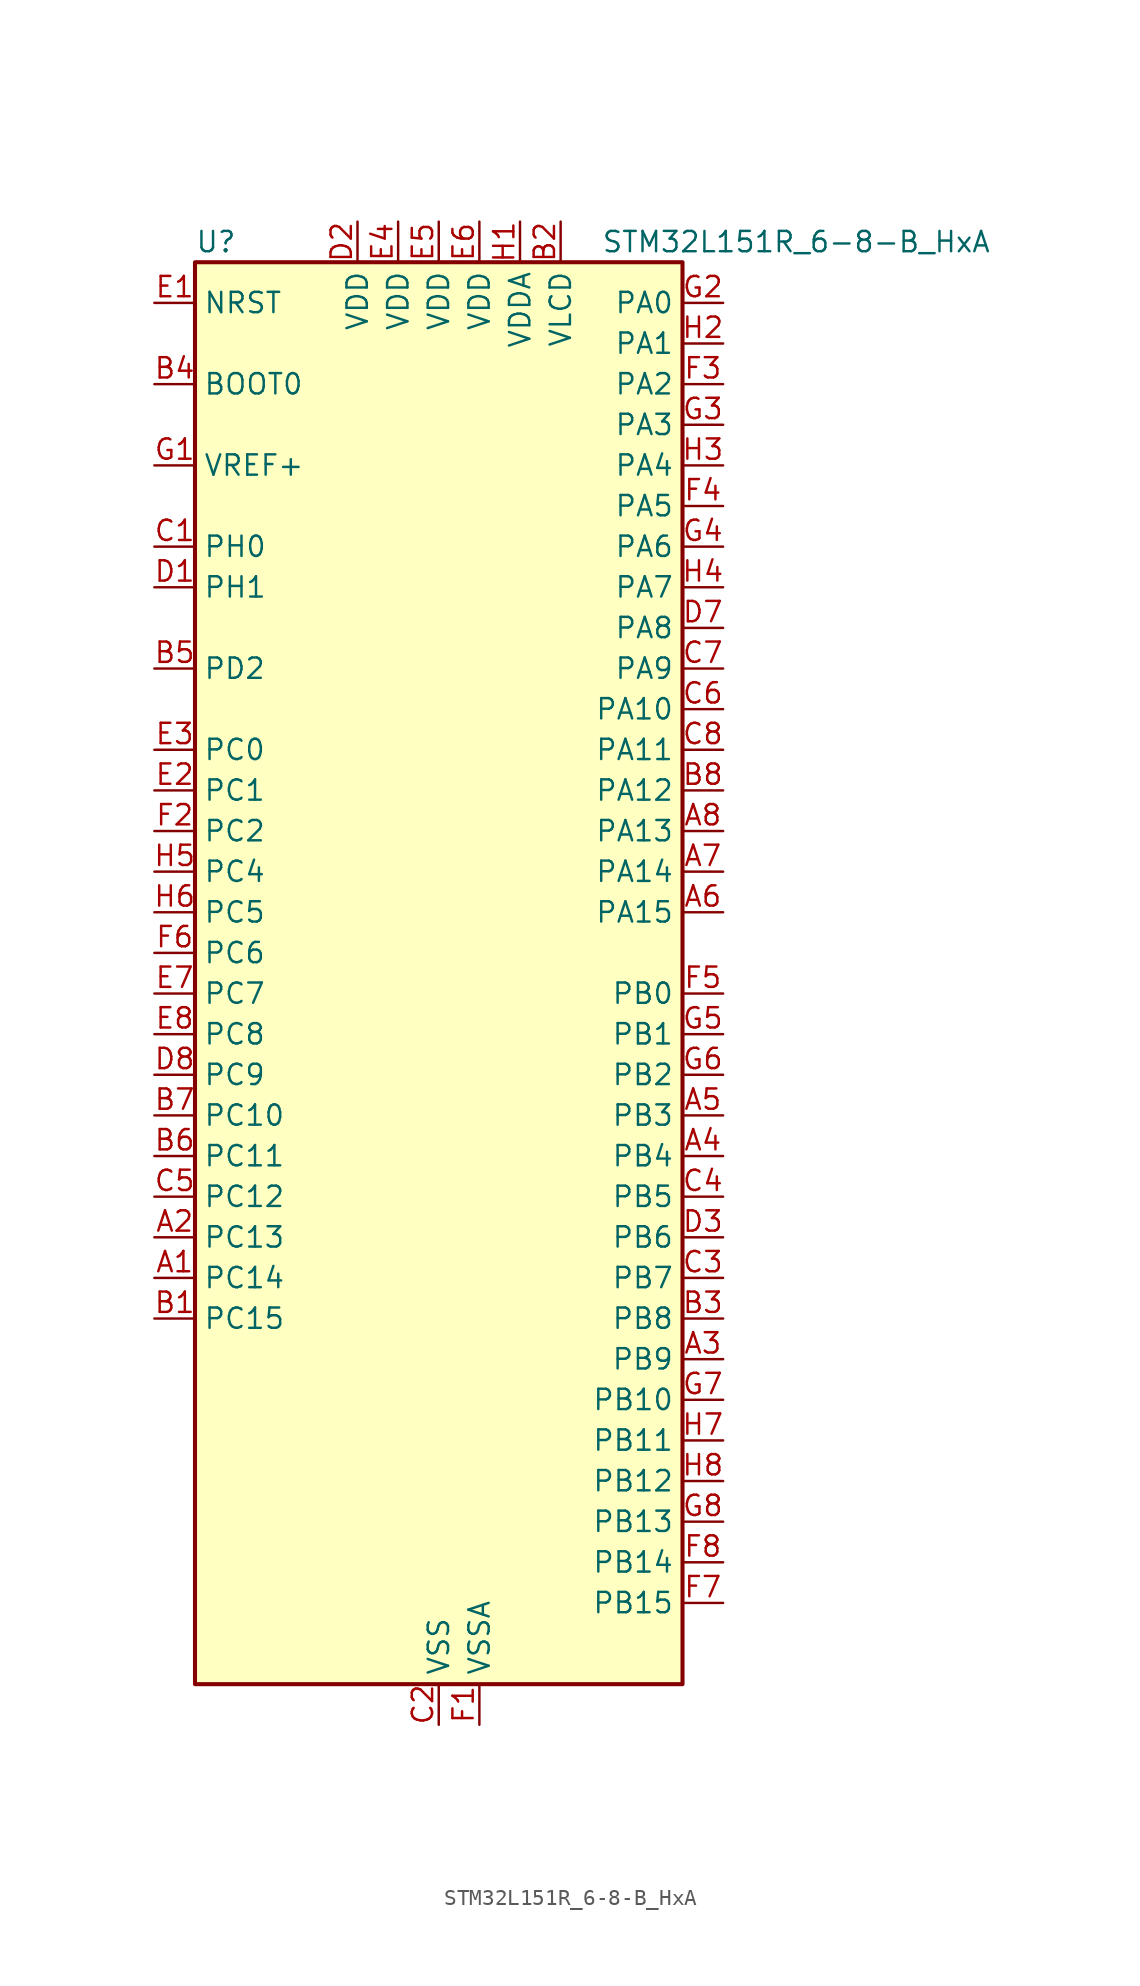
<source format=kicad_sym>
(kicad_symbol_lib
  (version 20231120)
  (generator "kicad_symbol_editor")
  (generator_version "8.0")
  (symbol "STM32L151R_6-8-B_HxA"
    (property "Reference" "U"
      (at -15.24 46.99 0)
      (effects (font (size 1.27 1.27)) (justify left)))
    (property "Value" "STM32L151R_6-8-B_HxA"
      (at 10.16 46.99 0)
      (effects (font (size 1.27 1.27)) (justify left)))
    (property "ki_locked" ""
      (at 0 0 0)
      (effects (font (size 1.27 1.27))))
    (symbol "STM32L151R_6-8-B_HxA_0_1"
      (rectangle (start -15.24 -43.18) (end 15.24 45.72) (stroke (width 0.254) (type default)) (fill (type background))))
    (symbol "STM32L151R_6-8-B_HxA_1_1"
      (pin bidirectional line (at -17.78 -17.78 0) (length 2.54) (name "PC14" (effects (font (size 1.27 1.27)))) (number "A1" (effects (font (size 1.27 1.27)))) (alternate "RCC_OSC32_IN" bidirectional line) (alternate "TIMX_IC3" bidirectional line))
      (pin bidirectional line (at -17.78 -15.24 0) (length 2.54) (name "PC13" (effects (font (size 1.27 1.27)))) (number "A2" (effects (font (size 1.27 1.27)))) (alternate "RTC_OUT_ALARM" bidirectional line) (alternate "RTC_OUT_CALIB" bidirectional line) (alternate "RTC_TAMP1" bidirectional line) (alternate "RTC_TS" bidirectional line) (alternate "SYS_WKUP2" bidirectional line) (alternate "TIMX_IC2" bidirectional line))
      (pin bidirectional line (at 17.78 -22.86 180) (length 2.54) (name "PB9" (effects (font (size 1.27 1.27)))) (number "A3" (effects (font (size 1.27 1.27)))) (alternate "DAC_EXTI9" bidirectional line) (alternate "I2C1_SDA" bidirectional line) (alternate "TIM11_CH1" bidirectional line) (alternate "TIM4_CH4" bidirectional line))
      (pin bidirectional line (at 17.78 -10.16 180) (length 2.54) (name "PB4" (effects (font (size 1.27 1.27)))) (number "A4" (effects (font (size 1.27 1.27)))) (alternate "COMP2_INP" bidirectional line) (alternate "SPI1_MISO" bidirectional line) (alternate "SYS_JTRST" bidirectional line) (alternate "TIM3_CH1" bidirectional line) (alternate "TS_G6_IO1" bidirectional line))
      (pin bidirectional line (at 17.78 -7.62 180) (length 2.54) (name "PB3" (effects (font (size 1.27 1.27)))) (number "A5" (effects (font (size 1.27 1.27)))) (alternate "COMP2_INM" bidirectional line) (alternate "SPI1_SCK" bidirectional line) (alternate "SYS_JTDO-TRACESWO" bidirectional line) (alternate "TIM2_CH2" bidirectional line))
      (pin bidirectional line (at 17.78 5.08 180) (length 2.54) (name "PA15" (effects (font (size 1.27 1.27)))) (number "A6" (effects (font (size 1.27 1.27)))) (alternate "ADC_EXTI15" bidirectional line) (alternate "SPI1_NSS" bidirectional line) (alternate "SYS_JTDI" bidirectional line) (alternate "TIM2_CH1" bidirectional line) (alternate "TIM2_ETR" bidirectional line) (alternate "TIMX_IC4" bidirectional line) (alternate "TS_G5_IO3" bidirectional line))
      (pin bidirectional line (at 17.78 7.62 180) (length 2.54) (name "PA14" (effects (font (size 1.27 1.27)))) (number "A7" (effects (font (size 1.27 1.27)))) (alternate "SYS_JTCK-SWCLK" bidirectional line) (alternate "TIMX_IC3" bidirectional line) (alternate "TS_G5_IO2" bidirectional line))
      (pin bidirectional line (at 17.78 10.16 180) (length 2.54) (name "PA13" (effects (font (size 1.27 1.27)))) (number "A8" (effects (font (size 1.27 1.27)))) (alternate "SYS_JTMS-SWDIO" bidirectional line) (alternate "TIMX_IC2" bidirectional line) (alternate "TS_G5_IO1" bidirectional line))
      (pin bidirectional line (at -17.78 -20.32 0) (length 2.54) (name "PC15" (effects (font (size 1.27 1.27)))) (number "B1" (effects (font (size 1.27 1.27)))) (alternate "ADC_EXTI15" bidirectional line) (alternate "RCC_OSC32_OUT" bidirectional line) (alternate "TIMX_IC4" bidirectional line))
      (pin power_in line (at 7.62 48.26 270) (length 2.54) (name "VLCD" (effects (font (size 1.27 1.27)))) (number "B2" (effects (font (size 1.27 1.27)))))
      (pin bidirectional line (at 17.78 -20.32 180) (length 2.54) (name "PB8" (effects (font (size 1.27 1.27)))) (number "B3" (effects (font (size 1.27 1.27)))) (alternate "I2C1_SCL" bidirectional line) (alternate "TIM10_CH1" bidirectional line) (alternate "TIM4_CH3" bidirectional line))
      (pin input line (at -17.78 38.1 0) (length 2.54) (name "BOOT0" (effects (font (size 1.27 1.27)))) (number "B4" (effects (font (size 1.27 1.27)))))
      (pin bidirectional line (at -17.78 20.32 0) (length 2.54) (name "PD2" (effects (font (size 1.27 1.27)))) (number "B5" (effects (font (size 1.27 1.27)))) (alternate "TIM3_ETR" bidirectional line) (alternate "TIMX_IC3" bidirectional line))
      (pin bidirectional line (at -17.78 -10.16 0) (length 2.54) (name "PC11" (effects (font (size 1.27 1.27)))) (number "B6" (effects (font (size 1.27 1.27)))) (alternate "ADC_EXTI11" bidirectional line) (alternate "TIMX_IC4" bidirectional line) (alternate "USART3_RX" bidirectional line))
      (pin bidirectional line (at -17.78 -7.62 0) (length 2.54) (name "PC10" (effects (font (size 1.27 1.27)))) (number "B7" (effects (font (size 1.27 1.27)))) (alternate "TIMX_IC3" bidirectional line) (alternate "USART3_TX" bidirectional line))
      (pin bidirectional line (at 17.78 12.7 180) (length 2.54) (name "PA12" (effects (font (size 1.27 1.27)))) (number "B8" (effects (font (size 1.27 1.27)))) (alternate "SPI1_MOSI" bidirectional line) (alternate "TIMX_IC1" bidirectional line) (alternate "USART1_RTS" bidirectional line) (alternate "USB_DP" bidirectional line))
      (pin bidirectional line (at -17.78 27.94 0) (length 2.54) (name "PH0" (effects (font (size 1.27 1.27)))) (number "C1" (effects (font (size 1.27 1.27)))) (alternate "RCC_OSC_IN" bidirectional line))
      (pin power_in line (at 0 -45.72 90) (length 2.54) (name "VSS" (effects (font (size 1.27 1.27)))) (number "C2" (effects (font (size 1.27 1.27)))))
      (pin bidirectional line (at 17.78 -17.78 180) (length 2.54) (name "PB7" (effects (font (size 1.27 1.27)))) (number "C3" (effects (font (size 1.27 1.27)))) (alternate "I2C1_SDA" bidirectional line) (alternate "SYS_PVD_IN" bidirectional line) (alternate "TIM4_CH2" bidirectional line) (alternate "TS_G6_IO4" bidirectional line) (alternate "USART1_RX" bidirectional line))
      (pin bidirectional line (at 17.78 -12.7 180) (length 2.54) (name "PB5" (effects (font (size 1.27 1.27)))) (number "C4" (effects (font (size 1.27 1.27)))) (alternate "COMP2_INP" bidirectional line) (alternate "I2C1_SMBA" bidirectional line) (alternate "SPI1_MOSI" bidirectional line) (alternate "TIM3_CH2" bidirectional line) (alternate "TS_G6_IO2" bidirectional line))
      (pin bidirectional line (at -17.78 -12.7 0) (length 2.54) (name "PC12" (effects (font (size 1.27 1.27)))) (number "C5" (effects (font (size 1.27 1.27)))) (alternate "TIMX_IC1" bidirectional line) (alternate "USART3_CK" bidirectional line))
      (pin bidirectional line (at 17.78 17.78 180) (length 2.54) (name "PA10" (effects (font (size 1.27 1.27)))) (number "C6" (effects (font (size 1.27 1.27)))) (alternate "TIMX_IC3" bidirectional line) (alternate "TS_G4_IO3" bidirectional line) (alternate "USART1_RX" bidirectional line))
      (pin bidirectional line (at 17.78 20.32 180) (length 2.54) (name "PA9" (effects (font (size 1.27 1.27)))) (number "C7" (effects (font (size 1.27 1.27)))) (alternate "DAC_EXTI9" bidirectional line) (alternate "TIMX_IC2" bidirectional line) (alternate "TS_G4_IO2" bidirectional line) (alternate "USART1_TX" bidirectional line))
      (pin bidirectional line (at 17.78 15.24 180) (length 2.54) (name "PA11" (effects (font (size 1.27 1.27)))) (number "C8" (effects (font (size 1.27 1.27)))) (alternate "ADC_EXTI11" bidirectional line) (alternate "SPI1_MISO" bidirectional line) (alternate "TIMX_IC4" bidirectional line) (alternate "USART1_CTS" bidirectional line) (alternate "USB_DM" bidirectional line))
      (pin bidirectional line (at -17.78 25.4 0) (length 2.54) (name "PH1" (effects (font (size 1.27 1.27)))) (number "D1" (effects (font (size 1.27 1.27)))) (alternate "RCC_OSC_OUT" bidirectional line))
      (pin power_in line (at -5.08 48.26 270) (length 2.54) (name "VDD" (effects (font (size 1.27 1.27)))) (number "D2" (effects (font (size 1.27 1.27)))))
      (pin bidirectional line (at 17.78 -15.24 180) (length 2.54) (name "PB6" (effects (font (size 1.27 1.27)))) (number "D3" (effects (font (size 1.27 1.27)))) (alternate "I2C1_SCL" bidirectional line) (alternate "TIM4_CH1" bidirectional line) (alternate "TS_G6_IO3" bidirectional line) (alternate "USART1_TX" bidirectional line))
      (pin passive line (at 0 -45.72 90) (length 2.54) hide (name "VSS" (effects (font (size 1.27 1.27)))) (number "D4" (effects (font (size 1.27 1.27)))))
      (pin passive line (at 0 -45.72 90) (length 2.54) hide (name "VSS" (effects (font (size 1.27 1.27)))) (number "D5" (effects (font (size 1.27 1.27)))))
      (pin passive line (at 0 -45.72 90) (length 2.54) hide (name "VSS" (effects (font (size 1.27 1.27)))) (number "D6" (effects (font (size 1.27 1.27)))))
      (pin bidirectional line (at 17.78 22.86 180) (length 2.54) (name "PA8" (effects (font (size 1.27 1.27)))) (number "D7" (effects (font (size 1.27 1.27)))) (alternate "RCC_MCO" bidirectional line) (alternate "TIMX_IC1" bidirectional line) (alternate "TS_G4_IO1" bidirectional line) (alternate "USART1_CK" bidirectional line))
      (pin bidirectional line (at -17.78 -5.08 0) (length 2.54) (name "PC9" (effects (font (size 1.27 1.27)))) (number "D8" (effects (font (size 1.27 1.27)))) (alternate "DAC_EXTI9" bidirectional line) (alternate "TIM3_CH4" bidirectional line) (alternate "TIMX_IC2" bidirectional line) (alternate "TS_G10_IO4" bidirectional line))
      (pin input line (at -17.78 43.18 0) (length 2.54) (name "NRST" (effects (font (size 1.27 1.27)))) (number "E1" (effects (font (size 1.27 1.27)))))
      (pin bidirectional line (at -17.78 12.7 0) (length 2.54) (name "PC1" (effects (font (size 1.27 1.27)))) (number "E2" (effects (font (size 1.27 1.27)))) (alternate "ADC_IN11" bidirectional line) (alternate "COMP1_INP" bidirectional line) (alternate "TIMX_IC2" bidirectional line) (alternate "TS_G8_IO2" bidirectional line))
      (pin bidirectional line (at -17.78 15.24 0) (length 2.54) (name "PC0" (effects (font (size 1.27 1.27)))) (number "E3" (effects (font (size 1.27 1.27)))) (alternate "ADC_IN10" bidirectional line) (alternate "COMP1_INP" bidirectional line) (alternate "TIMX_IC1" bidirectional line) (alternate "TS_G8_IO1" bidirectional line))
      (pin power_in line (at -2.54 48.26 270) (length 2.54) (name "VDD" (effects (font (size 1.27 1.27)))) (number "E4" (effects (font (size 1.27 1.27)))))
      (pin power_in line (at 0 48.26 270) (length 2.54) (name "VDD" (effects (font (size 1.27 1.27)))) (number "E5" (effects (font (size 1.27 1.27)))))
      (pin power_in line (at 2.54 48.26 270) (length 2.54) (name "VDD" (effects (font (size 1.27 1.27)))) (number "E6" (effects (font (size 1.27 1.27)))))
      (pin bidirectional line (at -17.78 0 0) (length 2.54) (name "PC7" (effects (font (size 1.27 1.27)))) (number "E7" (effects (font (size 1.27 1.27)))) (alternate "TIM3_CH2" bidirectional line) (alternate "TIMX_IC4" bidirectional line) (alternate "TS_G10_IO2" bidirectional line))
      (pin bidirectional line (at -17.78 -2.54 0) (length 2.54) (name "PC8" (effects (font (size 1.27 1.27)))) (number "E8" (effects (font (size 1.27 1.27)))) (alternate "TIM3_CH3" bidirectional line) (alternate "TIMX_IC1" bidirectional line) (alternate "TS_G10_IO3" bidirectional line))
      (pin power_in line (at 2.54 -45.72 90) (length 2.54) (name "VSSA" (effects (font (size 1.27 1.27)))) (number "F1" (effects (font (size 1.27 1.27)))))
      (pin bidirectional line (at -17.78 10.16 0) (length 2.54) (name "PC2" (effects (font (size 1.27 1.27)))) (number "F2" (effects (font (size 1.27 1.27)))) (alternate "ADC_IN12" bidirectional line) (alternate "COMP1_INP" bidirectional line) (alternate "TIMX_IC3" bidirectional line) (alternate "TS_G8_IO3" bidirectional line))
      (pin bidirectional line (at 17.78 38.1 180) (length 2.54) (name "PA2" (effects (font (size 1.27 1.27)))) (number "F3" (effects (font (size 1.27 1.27)))) (alternate "ADC_IN2" bidirectional line) (alternate "COMP1_INP" bidirectional line) (alternate "TIM2_CH3" bidirectional line) (alternate "TIM9_CH1" bidirectional line) (alternate "TIMX_IC3" bidirectional line) (alternate "TS_G1_IO3" bidirectional line) (alternate "USART2_TX" bidirectional line))
      (pin bidirectional line (at 17.78 30.48 180) (length 2.54) (name "PA5" (effects (font (size 1.27 1.27)))) (number "F4" (effects (font (size 1.27 1.27)))) (alternate "ADC_IN5" bidirectional line) (alternate "COMP1_INP" bidirectional line) (alternate "DAC_OUT2" bidirectional line) (alternate "SPI1_SCK" bidirectional line) (alternate "TIM2_CH1" bidirectional line) (alternate "TIM2_ETR" bidirectional line) (alternate "TIMX_IC2" bidirectional line))
      (pin bidirectional line (at 17.78 0 180) (length 2.54) (name "PB0" (effects (font (size 1.27 1.27)))) (number "F5" (effects (font (size 1.27 1.27)))) (alternate "ADC_IN8" bidirectional line) (alternate "COMP1_INP" bidirectional line) (alternate "SYS_V_REF_OUT" bidirectional line) (alternate "TIM3_CH3" bidirectional line) (alternate "TS_G3_IO1" bidirectional line))
      (pin bidirectional line (at -17.78 2.54 0) (length 2.54) (name "PC6" (effects (font (size 1.27 1.27)))) (number "F6" (effects (font (size 1.27 1.27)))) (alternate "TIM3_CH1" bidirectional line) (alternate "TIMX_IC3" bidirectional line) (alternate "TS_G10_IO1" bidirectional line))
      (pin bidirectional line (at 17.78 -38.1 180) (length 2.54) (name "PB15" (effects (font (size 1.27 1.27)))) (number "F7" (effects (font (size 1.27 1.27)))) (alternate "ADC_EXTI15" bidirectional line) (alternate "ADC_IN21" bidirectional line) (alternate "COMP1_INP" bidirectional line) (alternate "RTC_REFIN" bidirectional line) (alternate "SPI2_MOSI" bidirectional line) (alternate "TIM11_CH1" bidirectional line) (alternate "TS_G7_IO4" bidirectional line))
      (pin bidirectional line (at 17.78 -35.56 180) (length 2.54) (name "PB14" (effects (font (size 1.27 1.27)))) (number "F8" (effects (font (size 1.27 1.27)))) (alternate "ADC_IN20" bidirectional line) (alternate "COMP1_INP" bidirectional line) (alternate "SPI2_MISO" bidirectional line) (alternate "TIM9_CH2" bidirectional line) (alternate "TS_G7_IO3" bidirectional line) (alternate "USART3_RTS" bidirectional line))
      (pin input line (at -17.78 33.02 0) (length 2.54) (name "VREF+" (effects (font (size 1.27 1.27)))) (number "G1" (effects (font (size 1.27 1.27)))))
      (pin bidirectional line (at 17.78 43.18 180) (length 2.54) (name "PA0" (effects (font (size 1.27 1.27)))) (number "G2" (effects (font (size 1.27 1.27)))) (alternate "ADC_IN0" bidirectional line) (alternate "COMP1_INP" bidirectional line) (alternate "RTC_TAMP2" bidirectional line) (alternate "SYS_WKUP1" bidirectional line) (alternate "TIM2_CH1" bidirectional line) (alternate "TIM2_ETR" bidirectional line) (alternate "TIMX_IC1" bidirectional line) (alternate "TS_G1_IO1" bidirectional line) (alternate "USART2_CTS" bidirectional line))
      (pin bidirectional line (at 17.78 35.56 180) (length 2.54) (name "PA3" (effects (font (size 1.27 1.27)))) (number "G3" (effects (font (size 1.27 1.27)))) (alternate "ADC_IN3" bidirectional line) (alternate "COMP1_INP" bidirectional line) (alternate "TIM2_CH4" bidirectional line) (alternate "TIM9_CH2" bidirectional line) (alternate "TIMX_IC4" bidirectional line) (alternate "TS_G1_IO4" bidirectional line) (alternate "USART2_RX" bidirectional line))
      (pin bidirectional line (at 17.78 27.94 180) (length 2.54) (name "PA6" (effects (font (size 1.27 1.27)))) (number "G4" (effects (font (size 1.27 1.27)))) (alternate "ADC_IN6" bidirectional line) (alternate "COMP1_INP" bidirectional line) (alternate "SPI1_MISO" bidirectional line) (alternate "TIM10_CH1" bidirectional line) (alternate "TIM3_CH1" bidirectional line) (alternate "TIMX_IC3" bidirectional line) (alternate "TS_G2_IO1" bidirectional line))
      (pin bidirectional line (at 17.78 -2.54 180) (length 2.54) (name "PB1" (effects (font (size 1.27 1.27)))) (number "G5" (effects (font (size 1.27 1.27)))) (alternate "ADC_IN9" bidirectional line) (alternate "COMP1_INP" bidirectional line) (alternate "SYS_V_REF_OUT" bidirectional line) (alternate "TIM3_CH4" bidirectional line) (alternate "TS_G3_IO2" bidirectional line))
      (pin bidirectional line (at 17.78 -5.08 180) (length 2.54) (name "PB2" (effects (font (size 1.27 1.27)))) (number "G6" (effects (font (size 1.27 1.27)))) (alternate "TS_G3_IO3" bidirectional line))
      (pin bidirectional line (at 17.78 -25.4 180) (length 2.54) (name "PB10" (effects (font (size 1.27 1.27)))) (number "G7" (effects (font (size 1.27 1.27)))) (alternate "I2C2_SCL" bidirectional line) (alternate "TIM2_CH3" bidirectional line) (alternate "USART3_TX" bidirectional line))
      (pin bidirectional line (at 17.78 -33.02 180) (length 2.54) (name "PB13" (effects (font (size 1.27 1.27)))) (number "G8" (effects (font (size 1.27 1.27)))) (alternate "ADC_IN19" bidirectional line) (alternate "COMP1_INP" bidirectional line) (alternate "SPI2_SCK" bidirectional line) (alternate "TIM9_CH1" bidirectional line) (alternate "TS_G7_IO2" bidirectional line) (alternate "USART3_CTS" bidirectional line))
      (pin power_in line (at 5.08 48.26 270) (length 2.54) (name "VDDA" (effects (font (size 1.27 1.27)))) (number "H1" (effects (font (size 1.27 1.27)))))
      (pin bidirectional line (at 17.78 40.64 180) (length 2.54) (name "PA1" (effects (font (size 1.27 1.27)))) (number "H2" (effects (font (size 1.27 1.27)))) (alternate "ADC_IN1" bidirectional line) (alternate "COMP1_INP" bidirectional line) (alternate "TIM2_CH2" bidirectional line) (alternate "TIMX_IC2" bidirectional line) (alternate "TS_G1_IO2" bidirectional line) (alternate "USART2_RTS" bidirectional line))
      (pin bidirectional line (at 17.78 33.02 180) (length 2.54) (name "PA4" (effects (font (size 1.27 1.27)))) (number "H3" (effects (font (size 1.27 1.27)))) (alternate "ADC_IN4" bidirectional line) (alternate "COMP1_INP" bidirectional line) (alternate "DAC_OUT1" bidirectional line) (alternate "SPI1_NSS" bidirectional line) (alternate "TIMX_IC1" bidirectional line) (alternate "USART2_CK" bidirectional line))
      (pin bidirectional line (at 17.78 25.4 180) (length 2.54) (name "PA7" (effects (font (size 1.27 1.27)))) (number "H4" (effects (font (size 1.27 1.27)))) (alternate "ADC_IN7" bidirectional line) (alternate "COMP1_INP" bidirectional line) (alternate "SPI1_MOSI" bidirectional line) (alternate "TIM11_CH1" bidirectional line) (alternate "TIM3_CH2" bidirectional line) (alternate "TIMX_IC4" bidirectional line) (alternate "TS_G2_IO2" bidirectional line))
      (pin bidirectional line (at -17.78 7.62 0) (length 2.54) (name "PC4" (effects (font (size 1.27 1.27)))) (number "H5" (effects (font (size 1.27 1.27)))) (alternate "ADC_IN14" bidirectional line) (alternate "COMP1_INP" bidirectional line) (alternate "TIMX_IC1" bidirectional line) (alternate "TS_G9_IO1" bidirectional line))
      (pin bidirectional line (at -17.78 5.08 0) (length 2.54) (name "PC5" (effects (font (size 1.27 1.27)))) (number "H6" (effects (font (size 1.27 1.27)))) (alternate "ADC_IN15" bidirectional line) (alternate "COMP1_INP" bidirectional line) (alternate "TIMX_IC2" bidirectional line) (alternate "TS_G9_IO2" bidirectional line))
      (pin bidirectional line (at 17.78 -27.94 180) (length 2.54) (name "PB11" (effects (font (size 1.27 1.27)))) (number "H7" (effects (font (size 1.27 1.27)))) (alternate "ADC_EXTI11" bidirectional line) (alternate "I2C2_SDA" bidirectional line) (alternate "TIM2_CH4" bidirectional line) (alternate "USART3_RX" bidirectional line))
      (pin bidirectional line (at 17.78 -30.48 180) (length 2.54) (name "PB12" (effects (font (size 1.27 1.27)))) (number "H8" (effects (font (size 1.27 1.27)))) (alternate "ADC_IN18" bidirectional line) (alternate "COMP1_INP" bidirectional line) (alternate "I2C2_SMBA" bidirectional line) (alternate "SPI2_NSS" bidirectional line) (alternate "TIM10_CH1" bidirectional line) (alternate "TS_G7_IO1" bidirectional line) (alternate "USART3_CK" bidirectional line)))))
</source>
